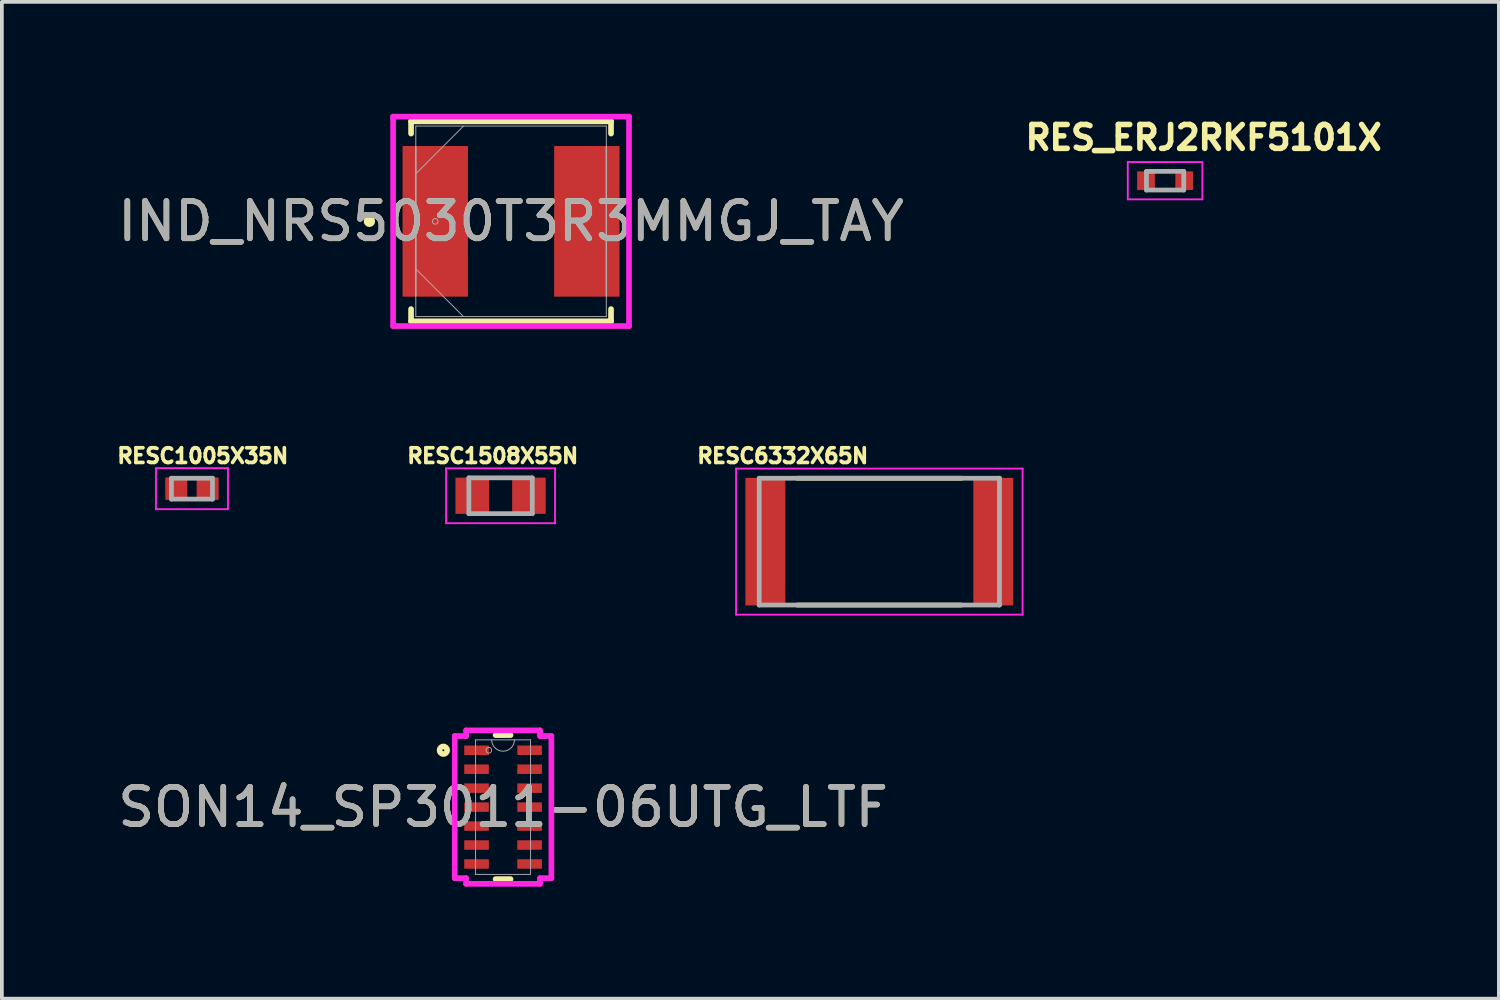
<source format=kicad_pcb>
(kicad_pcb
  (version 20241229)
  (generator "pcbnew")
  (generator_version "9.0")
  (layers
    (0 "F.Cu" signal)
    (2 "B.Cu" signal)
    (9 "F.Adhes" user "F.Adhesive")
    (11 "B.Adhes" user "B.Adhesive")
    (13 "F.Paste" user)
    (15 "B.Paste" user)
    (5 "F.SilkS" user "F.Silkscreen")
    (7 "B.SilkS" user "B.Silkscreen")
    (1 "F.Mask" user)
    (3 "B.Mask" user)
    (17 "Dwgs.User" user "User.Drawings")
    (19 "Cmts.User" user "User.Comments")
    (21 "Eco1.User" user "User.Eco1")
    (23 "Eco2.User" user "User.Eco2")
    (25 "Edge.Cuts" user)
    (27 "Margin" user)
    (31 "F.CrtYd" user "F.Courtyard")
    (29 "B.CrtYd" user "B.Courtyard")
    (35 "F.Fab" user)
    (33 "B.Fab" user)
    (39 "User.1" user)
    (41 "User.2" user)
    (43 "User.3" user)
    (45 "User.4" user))
  (footprint "IND_NRS5030T3R3MMGJ_TAY"
    (layer "F.Cu")
    (at 10.649 2.883)
    (property "Reference" "IND_NRS5030T3R3MMGJ_TAY" (at 0 0 0) (unlocked yes) (layer "F.SilkS") (effects (font (size 1 1) (thickness 0.15))))
    (attr smd)
    (fp_line (start -2.68 -2.68) (end -2.68 -2.352) (stroke (width 0.152) (type solid)) (layer "F.SilkS"))
    (fp_line (start -2.68 2.352) (end -2.68 2.68) (stroke (width 0.152) (type solid)) (layer "F.SilkS"))
    (fp_line (start -2.68 2.68) (end 2.68 2.68) (stroke (width 0.152) (type solid)) (layer "F.SilkS"))
    (fp_line (start 2.68 -2.68) (end -2.68 -2.68) (stroke (width 0.152) (type solid)) (layer "F.SilkS"))
    (fp_line (start 2.68 -2.352) (end 2.68 -2.68) (stroke (width 0.152) (type solid)) (layer "F.SilkS"))
    (fp_line (start 2.68 2.68) (end 2.68 2.352) (stroke (width 0.152) (type solid)) (layer "F.SilkS"))
    (fp_circle (center -3.797 0) (end -3.721 0) (stroke (width 0.152) (type solid)) (fill no) (layer "F.SilkS"))
    (fp_line (start -3.162 -2.807) (end 3.162 -2.807) (stroke (width 0.152) (type solid)) (layer "F.CrtYd"))
    (fp_line (start -3.162 2.807) (end -3.162 -2.807) (stroke (width 0.152) (type solid)) (layer "F.CrtYd"))
    (fp_line (start 3.162 -2.807) (end 3.162 2.807) (stroke (width 0.152) (type solid)) (layer "F.CrtYd"))
    (fp_line (start 3.162 2.807) (end -3.162 2.807) (stroke (width 0.152) (type solid)) (layer "F.CrtYd"))
    (fp_line (start -2.553 -2.553) (end -2.553 2.553) (stroke (width 0.025) (type solid)) (layer "F.Fab"))
    (fp_line (start -2.553 -1.994) (end -2.553 -1.994) (stroke (width 0.025) (type solid)) (layer "F.Fab"))
    (fp_line (start -2.553 -1.994) (end -2.553 1.994) (stroke (width 0.025) (type solid)) (layer "F.Fab"))
    (fp_line (start -2.553 -1.276) (end -1.276 -2.553) (stroke (width 0.025) (type solid)) (layer "F.Fab"))
    (fp_line (start -2.553 1.276) (end -1.276 2.553) (stroke (width 0.025) (type solid)) (layer "F.Fab"))
    (fp_line (start -2.553 1.994) (end -2.553 -1.994) (stroke (width 0.025) (type solid)) (layer "F.Fab"))
    (fp_line (start -2.553 1.994) (end -2.553 1.994) (stroke (width 0.025) (type solid)) (layer "F.Fab"))
    (fp_line (start -2.553 2.553) (end 2.553 2.553) (stroke (width 0.025) (type solid)) (layer "F.Fab"))
    (fp_line (start 2.553 -2.553) (end -2.553 -2.553) (stroke (width 0.025) (type solid)) (layer "F.Fab"))
    (fp_line (start 2.553 -1.994) (end 2.553 -1.994) (stroke (width 0.025) (type solid)) (layer "F.Fab"))
    (fp_line (start 2.553 -1.994) (end 2.553 1.994) (stroke (width 0.025) (type solid)) (layer "F.Fab"))
    (fp_line (start 2.553 1.994) (end 2.553 -1.994) (stroke (width 0.025) (type solid)) (layer "F.Fab"))
    (fp_line (start 2.553 1.994) (end 2.553 1.994) (stroke (width 0.025) (type solid)) (layer "F.Fab"))
    (fp_line (start 2.553 2.553) (end 2.553 -2.553) (stroke (width 0.025) (type solid)) (layer "F.Fab"))
    (fp_circle (center -2.032 0) (end -1.956 0) (stroke (width 0.025) (type solid)) (fill no) (layer "F.Fab"))
    (fp_text user "${REFERENCE}" (at 0 0 0) (unlocked yes) (layer "F.Fab") (effects (font (size 1 1) (thickness 0.15))))
    (pad "1" smd rect (at -2.032 0) (size 1.753 4.039) (layers "F.Cu" "F.Mask" "F.Paste"))
    (pad "2" smd rect (at 2.032 0) (size 1.753 4.039) (layers "F.Cu" "F.Mask" "F.Paste"))
    (zone (net_name "") (layer "F.Cu") (hatch full 0.508) (connect_pads) (min_thickness 0.254) (filled_areas_thickness no) (keepout (tracks not_allowed) (vias not_allowed) (pads allowed) (copperpour not_allowed) (footprints allowed)) (placement (enabled no)) (fill) (polygon (pts (xy 9.544 0.381) (xy 11.754 0.381) (xy 11.754 5.385) (xy 9.544 5.385)))))
  (footprint "RESC6332X65N"
    (layer "F.Cu")
    (at 20.521 11.469)
    (property "Reference" "RESC6332X65N" (at -2.59 -2.3 0) (layer "F.SilkS") (effects (font (size 0.394 0.394) (thickness 0.15))))
    (attr smd)
    (fp_line (start -2.2 -1.7) (end 2.2 -1.7) (stroke (width 0.127) (type solid)) (layer "F.SilkS"))
    (fp_line (start -2.2 1.7) (end 2.2 1.7) (stroke (width 0.127) (type solid)) (layer "F.SilkS"))
    (fp_line (start -3.84 -1.958) (end 3.84 -1.958) (stroke (width 0.05) (type solid)) (layer "F.CrtYd"))
    (fp_line (start -3.84 1.958) (end -3.84 -1.958) (stroke (width 0.05) (type solid)) (layer "F.CrtYd"))
    (fp_line (start -3.84 1.958) (end 3.84 1.958) (stroke (width 0.05) (type solid)) (layer "F.CrtYd"))
    (fp_line (start 3.84 1.958) (end 3.84 -1.958) (stroke (width 0.05) (type solid)) (layer "F.CrtYd"))
    (fp_line (start -3.22 1.7) (end -3.22 -1.7) (stroke (width 0.127) (type solid)) (layer "F.Fab"))
    (fp_line (start 3.22 -1.7) (end -3.22 -1.7) (stroke (width 0.127) (type solid)) (layer "F.Fab"))
    (fp_line (start 3.22 1.7) (end -3.22 1.7) (stroke (width 0.127) (type solid)) (layer "F.Fab"))
    (fp_line (start 3.22 1.7) (end 3.22 -1.7) (stroke (width 0.127) (type solid)) (layer "F.Fab"))
    (pad "1" smd rect (at -3.055 0) (size 1.07 3.42) (layers "F.Cu" "F.Mask" "F.Paste"))
    (pad "2" smd rect (at 3.055 0) (size 1.07 3.42) (layers "F.Cu" "F.Mask" "F.Paste")))
  (footprint "RES_ERJ2RKF5101X"
    (layer "F.Cu")
    (at 28.181 1.794)
    (property "Reference" "RES_ERJ2RKF5101X" (at 1.032 -1.156 0) (layer "F.SilkS") (effects (font (size 0.64 0.64) (thickness 0.15))))
    (attr smd)
    (fp_line (start -1 -0.5) (end -1 0.5) (stroke (width 0.05) (type solid)) (layer "F.CrtYd"))
    (fp_line (start -1 0.5) (end 1 0.5) (stroke (width 0.05) (type solid)) (layer "F.CrtYd"))
    (fp_line (start 1 -0.5) (end -1 -0.5) (stroke (width 0.05) (type solid)) (layer "F.CrtYd"))
    (fp_line (start 1 0.5) (end 1 -0.5) (stroke (width 0.05) (type solid)) (layer "F.CrtYd"))
    (fp_line (start -0.5 -0.25) (end -0.5 0.25) (stroke (width 0.127) (type solid)) (layer "F.Fab"))
    (fp_line (start -0.5 -0.25) (end 0.5 -0.25) (stroke (width 0.127) (type solid)) (layer "F.Fab"))
    (fp_line (start -0.5 0.25) (end 0.5 0.25) (stroke (width 0.127) (type solid)) (layer "F.Fab"))
    (fp_line (start 0.5 -0.25) (end 0.5 0.25) (stroke (width 0.127) (type solid)) (layer "F.Fab"))
    (pad "1" smd rect (at -0.512 0) (size 0.475 0.5) (layers "F.Cu" "F.Mask" "F.Paste"))
    (pad "2" smd rect (at 0.512 0) (size 0.475 0.5) (layers "F.Cu" "F.Mask" "F.Paste")))
  (footprint "RESC1508X55N"
    (layer "F.Cu")
    (at 10.368 10.239)
    (property "Reference" "RESC1508X55N" (at -0.21 -1.07 0) (layer "F.SilkS") (effects (font (size 0.394 0.394) (thickness 0.15))))
    (attr smd)
    (fp_line (start -1.46 -0.735) (end 1.46 -0.735) (stroke (width 0.05) (type solid)) (layer "F.CrtYd"))
    (fp_line (start -1.46 0.735) (end -1.46 -0.735) (stroke (width 0.05) (type solid)) (layer "F.CrtYd"))
    (fp_line (start -1.46 0.735) (end 1.46 0.735) (stroke (width 0.05) (type solid)) (layer "F.CrtYd"))
    (fp_line (start 1.46 0.735) (end 1.46 -0.735) (stroke (width 0.05) (type solid)) (layer "F.CrtYd"))
    (fp_line (start -0.85 0.48) (end -0.85 -0.48) (stroke (width 0.127) (type solid)) (layer "F.Fab"))
    (fp_line (start 0.85 -0.48) (end -0.85 -0.48) (stroke (width 0.127) (type solid)) (layer "F.Fab"))
    (fp_line (start 0.85 0.48) (end -0.85 0.48) (stroke (width 0.127) (type solid)) (layer "F.Fab"))
    (fp_line (start 0.85 0.48) (end 0.85 -0.48) (stroke (width 0.127) (type solid)) (layer "F.Fab"))
    (pad "1" smd rect (at -0.76 0) (size 0.9 0.97) (layers "F.Cu" "F.Mask" "F.Paste"))
    (pad "2" smd rect (at 0.76 0) (size 0.9 0.97) (layers "F.Cu" "F.Mask" "F.Paste")))
  (footprint "RESC1005X35N"
    (layer "F.Cu")
    (at 2.096 10.049)
    (property "Reference" "RESC1005X35N" (at 0.29 -0.88 0) (layer "F.SilkS") (effects (font (size 0.394 0.394) (thickness 0.15))))
    (attr smd)
    (fp_line (start -0.965 -0.55) (end 0.965 -0.55) (stroke (width 0.05) (type solid)) (layer "F.CrtYd"))
    (fp_line (start -0.965 0.55) (end -0.965 -0.55) (stroke (width 0.05) (type solid)) (layer "F.CrtYd"))
    (fp_line (start -0.965 0.55) (end 0.965 0.55) (stroke (width 0.05) (type solid)) (layer "F.CrtYd"))
    (fp_line (start 0.965 0.55) (end 0.965 -0.55) (stroke (width 0.05) (type solid)) (layer "F.CrtYd"))
    (fp_line (start -0.55 0.28) (end -0.55 -0.28) (stroke (width 0.127) (type solid)) (layer "F.Fab"))
    (fp_line (start 0.55 -0.28) (end -0.55 -0.28) (stroke (width 0.127) (type solid)) (layer "F.Fab"))
    (fp_line (start 0.55 0.28) (end -0.55 0.28) (stroke (width 0.127) (type solid)) (layer "F.Fab"))
    (fp_line (start 0.55 0.28) (end 0.55 -0.28) (stroke (width 0.127) (type solid)) (layer "F.Fab"))
    (pad "1" smd rect (at -0.42 0) (size 0.59 0.6) (layers "F.Cu" "F.Mask" "F.Paste"))
    (pad "2" smd rect (at 0.42 0) (size 0.59 0.6) (layers "F.Cu" "F.Mask" "F.Paste")))
  (footprint "SON14_SP3011-06UTG_LTF"
    (layer "F.Cu")
    (at 10.435 18.585)
    (property "Reference" "SON14_SP3011-06UTG_LTF" (at 0 0 0) (unlocked yes) (layer "F.SilkS") (effects (font (size 1 1) (thickness 0.15))))
    (attr smd)
    (fp_line (start -0.2 1.93) (end 0.2 1.93) (stroke (width 0.152) (type solid)) (layer "F.SilkS"))
    (fp_line (start 0.2 -1.93) (end -0.2 -1.93) (stroke (width 0.152) (type solid)) (layer "F.SilkS"))
    (fp_circle (center -1.6 -1.524) (end -1.499 -1.524) (stroke (width 0.152) (type solid)) (fill no) (layer "F.SilkS"))
    (fp_line (start -1.295 -1.905) (end -0.991 -1.905) (stroke (width 0.152) (type solid)) (layer "F.CrtYd"))
    (fp_line (start -1.295 1.905) (end -1.295 -1.905) (stroke (width 0.152) (type solid)) (layer "F.CrtYd"))
    (fp_line (start -1.295 1.905) (end -0.991 1.905) (stroke (width 0.152) (type solid)) (layer "F.CrtYd"))
    (fp_line (start -0.991 -2.057) (end 0.991 -2.057) (stroke (width 0.152) (type solid)) (layer "F.CrtYd"))
    (fp_line (start -0.991 -1.905) (end -0.991 -2.057) (stroke (width 0.152) (type solid)) (layer "F.CrtYd"))
    (fp_line (start -0.991 2.057) (end -0.991 1.905) (stroke (width 0.152) (type solid)) (layer "F.CrtYd"))
    (fp_line (start 0.991 -2.057) (end 0.991 -1.905) (stroke (width 0.152) (type solid)) (layer "F.CrtYd"))
    (fp_line (start 0.991 1.905) (end 0.991 2.057) (stroke (width 0.152) (type solid)) (layer "F.CrtYd"))
    (fp_line (start 0.991 2.057) (end -0.991 2.057) (stroke (width 0.152) (type solid)) (layer "F.CrtYd"))
    (fp_line (start 1.295 -1.905) (end 0.991 -1.905) (stroke (width 0.152) (type solid)) (layer "F.CrtYd"))
    (fp_line (start 1.295 -1.905) (end 1.295 1.905) (stroke (width 0.152) (type solid)) (layer "F.CrtYd"))
    (fp_line (start 1.295 1.905) (end 0.991 1.905) (stroke (width 0.152) (type solid)) (layer "F.CrtYd"))
    (fp_line (start -0.737 -1.803) (end -0.737 1.803) (stroke (width 0.025) (type solid)) (layer "F.Fab"))
    (fp_line (start -0.737 1.803) (end 0.737 1.803) (stroke (width 0.025) (type solid)) (layer "F.Fab"))
    (fp_line (start 0.737 -1.803) (end -0.737 -1.803) (stroke (width 0.025) (type solid)) (layer "F.Fab"))
    (fp_line (start 0.737 1.803) (end 0.737 -1.803) (stroke (width 0.025) (type solid)) (layer "F.Fab"))
    (fp_arc (start 0.3048 -1.8034) (mid 0 -1.4986) (end -0.3048 -1.8034) (stroke (width 0.0254) (type solid)) (layer "F.Fab"))
    (fp_circle (center -0.381 -1.524) (end -0.305 -1.524) (stroke (width 0.025) (type solid)) (fill no) (layer "F.Fab"))
    (fp_text user "${REFERENCE}" (at 0 0 0) (unlocked yes) (layer "F.Fab") (effects (font (size 1 1) (thickness 0.15))))
    (pad "1" smd rect (at -0.711 -1.524) (size 0.66 0.254) (layers "F.Cu" "F.Mask" "F.Paste"))
    (pad "2" smd rect (at -0.711 -1.016) (size 0.66 0.254) (layers "F.Cu" "F.Mask" "F.Paste"))
    (pad "3" smd rect (at -0.711 -0.508) (size 0.66 0.254) (layers "F.Cu" "F.Mask" "F.Paste"))
    (pad "4" smd rect (at -0.711 0) (size 0.66 0.254) (layers "F.Cu" "F.Mask" "F.Paste"))
    (pad "5" smd rect (at -0.711 0.508) (size 0.66 0.254) (layers "F.Cu" "F.Mask" "F.Paste"))
    (pad "6" smd rect (at -0.711 1.016) (size 0.66 0.254) (layers "F.Cu" "F.Mask" "F.Paste"))
    (pad "7" smd rect (at -0.711 1.524) (size 0.66 0.254) (layers "F.Cu" "F.Mask" "F.Paste"))
    (pad "8" smd rect (at 0.711 1.524) (size 0.66 0.254) (layers "F.Cu" "F.Mask" "F.Paste"))
    (pad "9" smd rect (at 0.711 1.016) (size 0.66 0.254) (layers "F.Cu" "F.Mask" "F.Paste"))
    (pad "10" smd rect (at 0.711 0.508) (size 0.66 0.254) (layers "F.Cu" "F.Mask" "F.Paste"))
    (pad "11" smd rect (at 0.711 0) (size 0.66 0.254) (layers "F.Cu" "F.Mask" "F.Paste"))
    (pad "12" smd rect (at 0.711 -0.508) (size 0.66 0.254) (layers "F.Cu" "F.Mask" "F.Paste"))
    (pad "13" smd rect (at 0.711 -1.016) (size 0.66 0.254) (layers "F.Cu" "F.Mask" "F.Paste"))
    (pad "14" smd rect (at 0.711 -1.524) (size 0.66 0.254) (layers "F.Cu" "F.Mask" "F.Paste")))
  (gr_rect
    (start -3 -3)
    (end 37.128 23.719)
    (stroke (width 0.1) (type default))
    (fill no)
    (layer "Edge.Cuts")))
</source>
